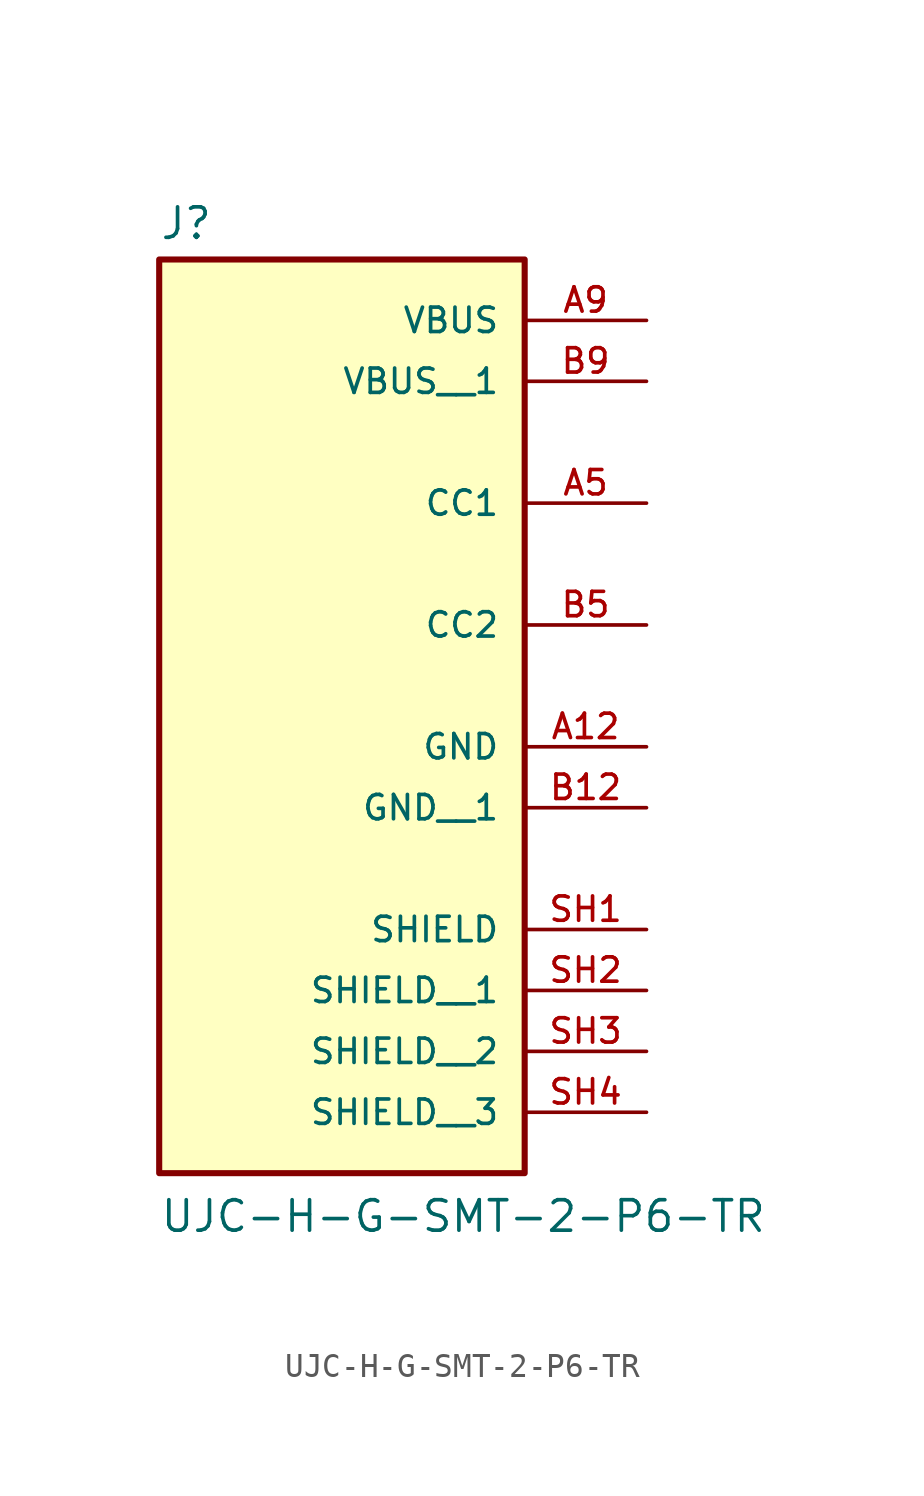
<source format=kicad_sym>
(kicad_symbol_lib
  (version 20211014)
  (generator kicad_symbol_editor)
  (symbol "UJC-H-G-SMT-2-P6-TR"
    (pin_names
      (offset 1.016))
    (property "Reference" "J"
      (at -7.62 13.462 0)
      (effects (font (size 1.27 1.27)) (justify bottom left)))
    (property "Value" "UJC-H-G-SMT-2-P6-TR"
      (at -7.62 -27.94 0)
      (effects (font (size 1.27 1.27)) (justify bottom left)))
    (symbol "UJC-H-G-SMT-2-P6-TR_0_0"
      (rectangle (start -7.62 -25.4) (end 7.62 12.7) (stroke (width 0.254)) (fill (type background)))
      (pin passive line (at 12.7 10.16 180.0) (length 5.08) (name "VBUS" (effects (font (size 1.016 1.016)))) (number "A9" (effects (font (size 1.016 1.016)))))
      (pin passive line (at 12.7 -15.24 180.0) (length 5.08) (name "SHIELD" (effects (font (size 1.016 1.016)))) (number "SH1" (effects (font (size 1.016 1.016)))))
      (pin passive line (at 12.7 -7.62 180.0) (length 5.08) (name "GND" (effects (font (size 1.016 1.016)))) (number "A12" (effects (font (size 1.016 1.016)))))
      (pin passive line (at 12.7 2.54 180.0) (length 5.08) (name "CC1" (effects (font (size 1.016 1.016)))) (number "A5" (effects (font (size 1.016 1.016)))))
      (pin passive line (at 12.7 -2.54 180.0) (length 5.08) (name "CC2" (effects (font (size 1.016 1.016)))) (number "B5" (effects (font (size 1.016 1.016)))))
      (pin passive line (at 12.7 7.62 180.0) (length 5.08) (name "VBUS__1" (effects (font (size 1.016 1.016)))) (number "B9" (effects (font (size 1.016 1.016)))))
      (pin passive line (at 12.7 -10.16 180.0) (length 5.08) (name "GND__1" (effects (font (size 1.016 1.016)))) (number "B12" (effects (font (size 1.016 1.016)))))
      (pin passive line (at 12.7 -17.78 180.0) (length 5.08) (name "SHIELD__1" (effects (font (size 1.016 1.016)))) (number "SH2" (effects (font (size 1.016 1.016)))))
      (pin passive line (at 12.7 -20.32 180.0) (length 5.08) (name "SHIELD__2" (effects (font (size 1.016 1.016)))) (number "SH3" (effects (font (size 1.016 1.016)))))
      (pin passive line (at 12.7 -22.86 180.0) (length 5.08) (name "SHIELD__3" (effects (font (size 1.016 1.016)))) (number "SH4" (effects (font (size 1.016 1.016))))))))
</source>
